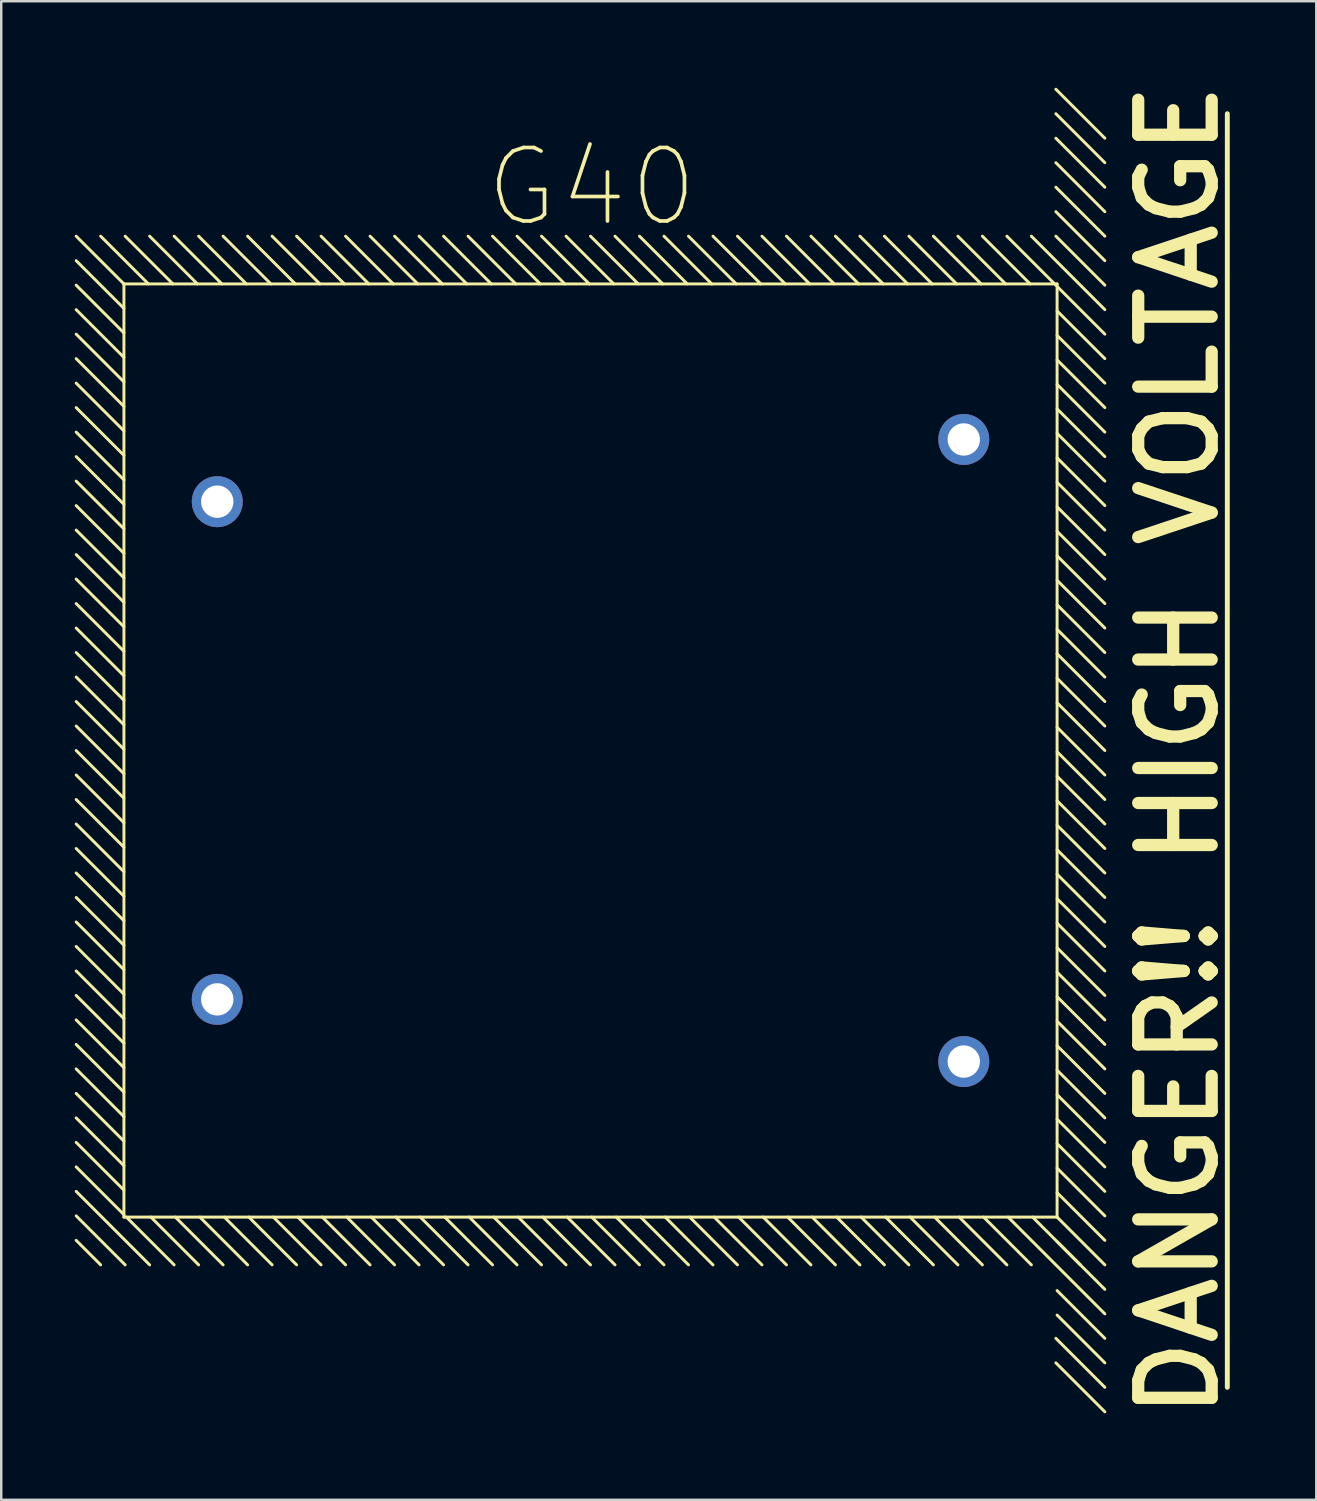
<source format=kicad_pcb>
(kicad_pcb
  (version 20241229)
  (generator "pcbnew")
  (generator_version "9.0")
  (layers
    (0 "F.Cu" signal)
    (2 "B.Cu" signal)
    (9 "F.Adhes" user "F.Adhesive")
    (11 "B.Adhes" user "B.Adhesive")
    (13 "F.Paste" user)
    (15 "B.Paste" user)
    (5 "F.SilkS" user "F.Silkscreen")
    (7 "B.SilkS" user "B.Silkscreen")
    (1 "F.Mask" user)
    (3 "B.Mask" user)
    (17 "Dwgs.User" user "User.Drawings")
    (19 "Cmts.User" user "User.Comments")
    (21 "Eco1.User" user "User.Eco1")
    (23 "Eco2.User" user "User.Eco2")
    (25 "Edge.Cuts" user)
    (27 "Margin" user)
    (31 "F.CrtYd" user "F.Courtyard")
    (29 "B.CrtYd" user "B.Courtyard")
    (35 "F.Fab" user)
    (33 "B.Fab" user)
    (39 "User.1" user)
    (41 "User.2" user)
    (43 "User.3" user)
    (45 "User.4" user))
  (footprint "G40"
    (layer "F.Cu")
    (at 21.06 27.593)
    (property "Reference" "G40" (at 0.05 -23 0) (layer "F.SilkS") (effects (font (size 3 3) (thickness 0.15))))
    (attr through_hole)
    (fp_line (start -21 -21) (end -19.05 -19.05) (stroke (width 0.12) (type solid)) (layer "F.SilkS"))
    (fp_line (start -21 -20) (end -19.05 -18.05) (stroke (width 0.12) (type solid)) (layer "F.SilkS"))
    (fp_line (start -21 -19) (end -19.05 -17.05) (stroke (width 0.12) (type solid)) (layer "F.SilkS"))
    (fp_line (start -21 -18) (end -19.05 -16.05) (stroke (width 0.12) (type solid)) (layer "F.SilkS"))
    (fp_line (start -21 -17) (end -19.05 -15.05) (stroke (width 0.12) (type solid)) (layer "F.SilkS"))
    (fp_line (start -21 -16) (end -19.05 -14.05) (stroke (width 0.12) (type solid)) (layer "F.SilkS"))
    (fp_line (start -21 -15) (end -19.05 -13.05) (stroke (width 0.12) (type solid)) (layer "F.SilkS"))
    (fp_line (start -21 -14) (end -19.05 -12.05) (stroke (width 0.12) (type solid)) (layer "F.SilkS"))
    (fp_line (start -21 -13) (end -19.05 -11.05) (stroke (width 0.12) (type solid)) (layer "F.SilkS"))
    (fp_line (start -21 -12) (end -19.05 -10.05) (stroke (width 0.12) (type solid)) (layer "F.SilkS"))
    (fp_line (start -21 -11) (end -19.05 -9.05) (stroke (width 0.12) (type solid)) (layer "F.SilkS"))
    (fp_line (start -21 -10) (end -19.05 -8.05) (stroke (width 0.12) (type solid)) (layer "F.SilkS"))
    (fp_line (start -21 -9) (end -19.05 -7.05) (stroke (width 0.12) (type solid)) (layer "F.SilkS"))
    (fp_line (start -21 -8) (end -19.05 -6.05) (stroke (width 0.12) (type solid)) (layer "F.SilkS"))
    (fp_line (start -21 -7) (end -19.05 -5.05) (stroke (width 0.12) (type solid)) (layer "F.SilkS"))
    (fp_line (start -21 -6) (end -19.05 -4.05) (stroke (width 0.12) (type solid)) (layer "F.SilkS"))
    (fp_line (start -21 -5) (end -19.05 -3.05) (stroke (width 0.12) (type solid)) (layer "F.SilkS"))
    (fp_line (start -21 -4) (end -19.05 -2.05) (stroke (width 0.12) (type solid)) (layer "F.SilkS"))
    (fp_line (start -21 -3) (end -19.05 -1.05) (stroke (width 0.12) (type solid)) (layer "F.SilkS"))
    (fp_line (start -21 -2) (end -19.05 -0.05) (stroke (width 0.12) (type solid)) (layer "F.SilkS"))
    (fp_line (start -21 -1) (end -19.05 0.95) (stroke (width 0.12) (type solid)) (layer "F.SilkS"))
    (fp_line (start -21 0) (end -19.05 1.95) (stroke (width 0.12) (type solid)) (layer "F.SilkS"))
    (fp_line (start -21 1) (end -19.05 2.95) (stroke (width 0.12) (type solid)) (layer "F.SilkS"))
    (fp_line (start -21 2) (end -19.05 3.95) (stroke (width 0.12) (type solid)) (layer "F.SilkS"))
    (fp_line (start -21 3) (end -19.05 4.95) (stroke (width 0.12) (type solid)) (layer "F.SilkS"))
    (fp_line (start -21 4) (end -19.05 5.95) (stroke (width 0.12) (type solid)) (layer "F.SilkS"))
    (fp_line (start -21 5) (end -19.05 6.95) (stroke (width 0.12) (type solid)) (layer "F.SilkS"))
    (fp_line (start -21 6) (end -19.05 7.95) (stroke (width 0.12) (type solid)) (layer "F.SilkS"))
    (fp_line (start -21 7) (end -19.05 8.95) (stroke (width 0.12) (type solid)) (layer "F.SilkS"))
    (fp_line (start -21 8) (end -19.05 9.95) (stroke (width 0.12) (type solid)) (layer "F.SilkS"))
    (fp_line (start -21 9) (end -19.05 10.95) (stroke (width 0.12) (type solid)) (layer "F.SilkS"))
    (fp_line (start -21 10) (end -19.05 11.95) (stroke (width 0.12) (type solid)) (layer "F.SilkS"))
    (fp_line (start -21 11) (end -19.05 12.95) (stroke (width 0.12) (type solid)) (layer "F.SilkS"))
    (fp_line (start -21 12) (end -19.05 13.95) (stroke (width 0.12) (type solid)) (layer "F.SilkS"))
    (fp_line (start -21 13) (end -19.05 14.95) (stroke (width 0.12) (type solid)) (layer "F.SilkS"))
    (fp_line (start -21 14) (end -19.05 15.95) (stroke (width 0.12) (type solid)) (layer "F.SilkS"))
    (fp_line (start -21 15) (end -19.05 16.95) (stroke (width 0.12) (type solid)) (layer "F.SilkS"))
    (fp_line (start -21 16) (end -19.05 17.95) (stroke (width 0.12) (type solid)) (layer "F.SilkS"))
    (fp_line (start -21 17) (end -19.05 18.95) (stroke (width 0.12) (type solid)) (layer "F.SilkS"))
    (fp_line (start -21 18) (end -18 21) (stroke (width 0.12) (type solid)) (layer "F.SilkS"))
    (fp_line (start -21 19) (end -19 21) (stroke (width 0.12) (type solid)) (layer "F.SilkS"))
    (fp_line (start -21 20) (end -20 21) (stroke (width 0.12) (type solid)) (layer "F.SilkS"))
    (fp_line (start -20 -21) (end -18.05 -19.05) (stroke (width 0.12) (type solid)) (layer "F.SilkS"))
    (fp_line (start -19.05 -19.05) (end 19.05 -19.05) (stroke (width 0.12) (type solid)) (layer "F.SilkS"))
    (fp_line (start -19.05 19.05) (end -19.05 -19.05) (stroke (width 0.12) (type solid)) (layer "F.SilkS"))
    (fp_line (start -19.05 19.05) (end 19.05 19.05) (stroke (width 0.12) (type solid)) (layer "F.SilkS"))
    (fp_line (start -19 -21) (end -17.05 -19.05) (stroke (width 0.12) (type solid)) (layer "F.SilkS"))
    (fp_line (start -18.95 19.05) (end -17 21) (stroke (width 0.12) (type solid)) (layer "F.SilkS"))
    (fp_line (start -18 -21) (end -16.05 -19.05) (stroke (width 0.12) (type solid)) (layer "F.SilkS"))
    (fp_line (start -17.95 19.05) (end -16 21) (stroke (width 0.12) (type solid)) (layer "F.SilkS"))
    (fp_line (start -17 -21) (end -15.05 -19.05) (stroke (width 0.12) (type solid)) (layer "F.SilkS"))
    (fp_line (start -16.95 19.05) (end -15 21) (stroke (width 0.12) (type solid)) (layer "F.SilkS"))
    (fp_line (start -16 -21) (end -14.05 -19.05) (stroke (width 0.12) (type solid)) (layer "F.SilkS"))
    (fp_line (start -15.95 19.05) (end -14 21) (stroke (width 0.12) (type solid)) (layer "F.SilkS"))
    (fp_line (start -15 -21) (end -13.05 -19.05) (stroke (width 0.12) (type solid)) (layer "F.SilkS"))
    (fp_line (start -14.95 19.05) (end -13 21) (stroke (width 0.12) (type solid)) (layer "F.SilkS"))
    (fp_line (start -14 -21) (end -12.05 -19.05) (stroke (width 0.12) (type solid)) (layer "F.SilkS"))
    (fp_line (start -13.95 19.05) (end -12 21) (stroke (width 0.12) (type solid)) (layer "F.SilkS"))
    (fp_line (start -13 -21) (end -11.05 -19.05) (stroke (width 0.12) (type solid)) (layer "F.SilkS"))
    (fp_line (start -12.95 19.05) (end -11 21) (stroke (width 0.12) (type solid)) (layer "F.SilkS"))
    (fp_line (start -12 -21) (end -10.05 -19.05) (stroke (width 0.12) (type solid)) (layer "F.SilkS"))
    (fp_line (start -11.95 19.05) (end -10 21) (stroke (width 0.12) (type solid)) (layer "F.SilkS"))
    (fp_line (start -11 -21) (end -9.05 -19.05) (stroke (width 0.12) (type solid)) (layer "F.SilkS"))
    (fp_line (start -10.95 19.05) (end -9 21) (stroke (width 0.12) (type solid)) (layer "F.SilkS"))
    (fp_line (start -10 -21) (end -8.05 -19.05) (stroke (width 0.12) (type solid)) (layer "F.SilkS"))
    (fp_line (start -9.95 19.05) (end -8 21) (stroke (width 0.12) (type solid)) (layer "F.SilkS"))
    (fp_line (start -9 -21) (end -7.05 -19.05) (stroke (width 0.12) (type solid)) (layer "F.SilkS"))
    (fp_line (start -8.95 19.05) (end -7 21) (stroke (width 0.12) (type solid)) (layer "F.SilkS"))
    (fp_line (start -8 -21) (end -6.05 -19.05) (stroke (width 0.12) (type solid)) (layer "F.SilkS"))
    (fp_line (start -7.95 19.05) (end -6 21) (stroke (width 0.12) (type solid)) (layer "F.SilkS"))
    (fp_line (start -7 -21) (end -5.05 -19.05) (stroke (width 0.12) (type solid)) (layer "F.SilkS"))
    (fp_line (start -6.95 19.05) (end -5 21) (stroke (width 0.12) (type solid)) (layer "F.SilkS"))
    (fp_line (start -6 -21) (end -4.05 -19.05) (stroke (width 0.12) (type solid)) (layer "F.SilkS"))
    (fp_line (start -5.95 19.05) (end -4 21) (stroke (width 0.12) (type solid)) (layer "F.SilkS"))
    (fp_line (start -5 -21) (end -3.05 -19.05) (stroke (width 0.12) (type solid)) (layer "F.SilkS"))
    (fp_line (start -4.95 19.05) (end -3 21) (stroke (width 0.12) (type solid)) (layer "F.SilkS"))
    (fp_line (start -4 -21) (end -2.05 -19.05) (stroke (width 0.12) (type solid)) (layer "F.SilkS"))
    (fp_line (start -3.95 19.05) (end -2 21) (stroke (width 0.12) (type solid)) (layer "F.SilkS"))
    (fp_line (start -3 -21) (end -1.05 -19.05) (stroke (width 0.12) (type solid)) (layer "F.SilkS"))
    (fp_line (start -2.95 19.05) (end -1 21) (stroke (width 0.12) (type solid)) (layer "F.SilkS"))
    (fp_line (start -2 -21) (end -0.05 -19.05) (stroke (width 0.12) (type solid)) (layer "F.SilkS"))
    (fp_line (start -1.95 19.05) (end 0 21) (stroke (width 0.12) (type solid)) (layer "F.SilkS"))
    (fp_line (start -1 -21) (end 0.95 -19.05) (stroke (width 0.12) (type solid)) (layer "F.SilkS"))
    (fp_line (start -0.95 19.05) (end 1 21) (stroke (width 0.12) (type solid)) (layer "F.SilkS"))
    (fp_line (start 0 -21) (end 1.95 -19.05) (stroke (width 0.12) (type solid)) (layer "F.SilkS"))
    (fp_line (start 0.05 19.05) (end 2 21) (stroke (width 0.12) (type solid)) (layer "F.SilkS"))
    (fp_line (start 1 -21) (end 2.95 -19.05) (stroke (width 0.12) (type solid)) (layer "F.SilkS"))
    (fp_line (start 1.05 19.05) (end 3 21) (stroke (width 0.12) (type solid)) (layer "F.SilkS"))
    (fp_line (start 2 -21) (end 3.95 -19.05) (stroke (width 0.12) (type solid)) (layer "F.SilkS"))
    (fp_line (start 2.05 19.05) (end 4 21) (stroke (width 0.12) (type solid)) (layer "F.SilkS"))
    (fp_line (start 3 -21) (end 4.95 -19.05) (stroke (width 0.12) (type solid)) (layer "F.SilkS"))
    (fp_line (start 3.05 19.05) (end 5 21) (stroke (width 0.12) (type solid)) (layer "F.SilkS"))
    (fp_line (start 4 -21) (end 5.95 -19.05) (stroke (width 0.12) (type solid)) (layer "F.SilkS"))
    (fp_line (start 4.05 19.05) (end 6 21) (stroke (width 0.12) (type solid)) (layer "F.SilkS"))
    (fp_line (start 5 -21) (end 6.95 -19.05) (stroke (width 0.12) (type solid)) (layer "F.SilkS"))
    (fp_line (start 5.05 19.05) (end 7 21) (stroke (width 0.12) (type solid)) (layer "F.SilkS"))
    (fp_line (start 6 -21) (end 7.95 -19.05) (stroke (width 0.12) (type solid)) (layer "F.SilkS"))
    (fp_line (start 6.05 19.05) (end 8 21) (stroke (width 0.12) (type solid)) (layer "F.SilkS"))
    (fp_line (start 7 -21) (end 8.95 -19.05) (stroke (width 0.12) (type solid)) (layer "F.SilkS"))
    (fp_line (start 7.05 19.05) (end 9 21) (stroke (width 0.12) (type solid)) (layer "F.SilkS"))
    (fp_line (start 8 -21) (end 9.95 -19.05) (stroke (width 0.12) (type solid)) (layer "F.SilkS"))
    (fp_line (start 8.05 19.05) (end 10 21) (stroke (width 0.12) (type solid)) (layer "F.SilkS"))
    (fp_line (start 9 -21) (end 10.95 -19.05) (stroke (width 0.12) (type solid)) (layer "F.SilkS"))
    (fp_line (start 9.05 19.05) (end 11 21) (stroke (width 0.12) (type solid)) (layer "F.SilkS"))
    (fp_line (start 10 -21) (end 11.95 -19.05) (stroke (width 0.12) (type solid)) (layer "F.SilkS"))
    (fp_line (start 10.05 19.05) (end 12 21) (stroke (width 0.12) (type solid)) (layer "F.SilkS"))
    (fp_line (start 11 -21) (end 12.95 -19.05) (stroke (width 0.12) (type solid)) (layer "F.SilkS"))
    (fp_line (start 11.05 19.05) (end 13 21) (stroke (width 0.12) (type solid)) (layer "F.SilkS"))
    (fp_line (start 12 -21) (end 13.95 -19.05) (stroke (width 0.12) (type solid)) (layer "F.SilkS"))
    (fp_line (start 12.05 19.05) (end 14 21) (stroke (width 0.12) (type solid)) (layer "F.SilkS"))
    (fp_line (start 13 -21) (end 14.95 -19.05) (stroke (width 0.12) (type solid)) (layer "F.SilkS"))
    (fp_line (start 13.05 19.05) (end 15 21) (stroke (width 0.12) (type solid)) (layer "F.SilkS"))
    (fp_line (start 14 -21) (end 15.95 -19.05) (stroke (width 0.12) (type solid)) (layer "F.SilkS"))
    (fp_line (start 14.05 19.05) (end 16 21) (stroke (width 0.12) (type solid)) (layer "F.SilkS"))
    (fp_line (start 15 -21) (end 16.95 -19.05) (stroke (width 0.12) (type solid)) (layer "F.SilkS"))
    (fp_line (start 15.05 19.05) (end 17 21) (stroke (width 0.12) (type solid)) (layer "F.SilkS"))
    (fp_line (start 16 -21) (end 17.95 -19.05) (stroke (width 0.12) (type solid)) (layer "F.SilkS"))
    (fp_line (start 16.05 19.05) (end 18 21) (stroke (width 0.12) (type solid)) (layer "F.SilkS"))
    (fp_line (start 17 -21) (end 21 -17) (stroke (width 0.12) (type solid)) (layer "F.SilkS"))
    (fp_line (start 17.05 19.05) (end 21 23) (stroke (width 0.12) (type solid)) (layer "F.SilkS"))
    (fp_line (start 18 -21) (end 21 -18) (stroke (width 0.12) (type solid)) (layer "F.SilkS"))
    (fp_line (start 18.05 19.05) (end 20 21) (stroke (width 0.12) (type solid)) (layer "F.SilkS"))
    (fp_line (start 19 -27) (end 21 -25) (stroke (width 0.12) (type solid)) (layer "F.SilkS"))
    (fp_line (start 19 -26) (end 21 -24) (stroke (width 0.12) (type solid)) (layer "F.SilkS"))
    (fp_line (start 19 -25) (end 21 -23) (stroke (width 0.12) (type solid)) (layer "F.SilkS"))
    (fp_line (start 19 -24) (end 21 -22) (stroke (width 0.12) (type solid)) (layer "F.SilkS"))
    (fp_line (start 19 -23) (end 21 -21) (stroke (width 0.12) (type solid)) (layer "F.SilkS"))
    (fp_line (start 19 -22) (end 21 -20) (stroke (width 0.12) (type solid)) (layer "F.SilkS"))
    (fp_line (start 19 -21) (end 21 -19) (stroke (width 0.12) (type solid)) (layer "F.SilkS"))
    (fp_line (start 19 24) (end 21 26) (stroke (width 0.12) (type solid)) (layer "F.SilkS"))
    (fp_line (start 19 25) (end 21 27) (stroke (width 0.12) (type solid)) (layer "F.SilkS"))
    (fp_line (start 19.05 -17.95) (end 21 -16) (stroke (width 0.12) (type solid)) (layer "F.SilkS"))
    (fp_line (start 19.05 -16.95) (end 21 -15) (stroke (width 0.12) (type solid)) (layer "F.SilkS"))
    (fp_line (start 19.05 -15.95) (end 21 -14) (stroke (width 0.12) (type solid)) (layer "F.SilkS"))
    (fp_line (start 19.05 -14.95) (end 21 -13) (stroke (width 0.12) (type solid)) (layer "F.SilkS"))
    (fp_line (start 19.05 -13.95) (end 21 -12) (stroke (width 0.12) (type solid)) (layer "F.SilkS"))
    (fp_line (start 19.05 -12.95) (end 21 -11) (stroke (width 0.12) (type solid)) (layer "F.SilkS"))
    (fp_line (start 19.05 -11.95) (end 21 -10) (stroke (width 0.12) (type solid)) (layer "F.SilkS"))
    (fp_line (start 19.05 -10.95) (end 21 -9) (stroke (width 0.12) (type solid)) (layer "F.SilkS"))
    (fp_line (start 19.05 -9.95) (end 21 -8) (stroke (width 0.12) (type solid)) (layer "F.SilkS"))
    (fp_line (start 19.05 -8.95) (end 21 -7) (stroke (width 0.12) (type solid)) (layer "F.SilkS"))
    (fp_line (start 19.05 -7.95) (end 21 -6) (stroke (width 0.12) (type solid)) (layer "F.SilkS"))
    (fp_line (start 19.05 -6.95) (end 21 -5) (stroke (width 0.12) (type solid)) (layer "F.SilkS"))
    (fp_line (start 19.05 -5.95) (end 21 -4) (stroke (width 0.12) (type solid)) (layer "F.SilkS"))
    (fp_line (start 19.05 -4.95) (end 21 -3) (stroke (width 0.12) (type solid)) (layer "F.SilkS"))
    (fp_line (start 19.05 -3.95) (end 21 -2) (stroke (width 0.12) (type solid)) (layer "F.SilkS"))
    (fp_line (start 19.05 -2.95) (end 21 -1) (stroke (width 0.12) (type solid)) (layer "F.SilkS"))
    (fp_line (start 19.05 -1.95) (end 21 0) (stroke (width 0.12) (type solid)) (layer "F.SilkS"))
    (fp_line (start 19.05 -0.95) (end 21 1) (stroke (width 0.12) (type solid)) (layer "F.SilkS"))
    (fp_line (start 19.05 0.05) (end 21 2) (stroke (width 0.12) (type solid)) (layer "F.SilkS"))
    (fp_line (start 19.05 1.05) (end 21 3) (stroke (width 0.12) (type solid)) (layer "F.SilkS"))
    (fp_line (start 19.05 2.05) (end 21 4) (stroke (width 0.12) (type solid)) (layer "F.SilkS"))
    (fp_line (start 19.05 3.05) (end 21 5) (stroke (width 0.12) (type solid)) (layer "F.SilkS"))
    (fp_line (start 19.05 4.05) (end 21 6) (stroke (width 0.12) (type solid)) (layer "F.SilkS"))
    (fp_line (start 19.05 5.05) (end 21 7) (stroke (width 0.12) (type solid)) (layer "F.SilkS"))
    (fp_line (start 19.05 6.05) (end 21 8) (stroke (width 0.12) (type solid)) (layer "F.SilkS"))
    (fp_line (start 19.05 7.05) (end 21 9) (stroke (width 0.12) (type solid)) (layer "F.SilkS"))
    (fp_line (start 19.05 8.05) (end 21 10) (stroke (width 0.12) (type solid)) (layer "F.SilkS"))
    (fp_line (start 19.05 9.05) (end 21 11) (stroke (width 0.12) (type solid)) (layer "F.SilkS"))
    (fp_line (start 19.05 10.05) (end 21 12) (stroke (width 0.12) (type solid)) (layer "F.SilkS"))
    (fp_line (start 19.05 11.05) (end 21 13) (stroke (width 0.12) (type solid)) (layer "F.SilkS"))
    (fp_line (start 19.05 12.05) (end 21 14) (stroke (width 0.12) (type solid)) (layer "F.SilkS"))
    (fp_line (start 19.05 13.05) (end 21 15) (stroke (width 0.12) (type solid)) (layer "F.SilkS"))
    (fp_line (start 19.05 14.05) (end 21 16) (stroke (width 0.12) (type solid)) (layer "F.SilkS"))
    (fp_line (start 19.05 15.05) (end 21 17) (stroke (width 0.12) (type solid)) (layer "F.SilkS"))
    (fp_line (start 19.05 16.05) (end 21 18) (stroke (width 0.12) (type solid)) (layer "F.SilkS"))
    (fp_line (start 19.05 17.05) (end 21 19) (stroke (width 0.12) (type solid)) (layer "F.SilkS"))
    (fp_line (start 19.05 18.05) (end 21 20) (stroke (width 0.12) (type solid)) (layer "F.SilkS"))
    (fp_line (start 19.05 19.05) (end 19.05 -19.05) (stroke (width 0.12) (type solid)) (layer "F.SilkS"))
    (fp_line (start 19.05 19.05) (end 21 21) (stroke (width 0.12) (type solid)) (layer "F.SilkS"))
    (fp_line (start 19.05 20.05) (end 21 22) (stroke (width 0.12) (type solid)) (layer "F.SilkS"))
    (fp_line (start 19.05 22.05) (end 21 24) (stroke (width 0.12) (type solid)) (layer "F.SilkS"))
    (fp_line (start 19.05 23.05) (end 21 25) (stroke (width 0.12) (type solid)) (layer "F.SilkS"))
    (fp_line (start 26 -26) (end 26 26) (stroke (width 0.2) (type solid)) (layer "F.SilkS"))
    (fp_text user "DANGER!! HIGH VOLTAGE" (at 24 0 90) (layer "F.SilkS") (effects (font (size 3 3) (thickness 0.5))))
    (pad "1" thru_hole circle (at -15.24 10.16) (size 2.08 2.08) (drill 1.32) (layers "*.Cu" "*.Mask"))
    (pad "2" thru_hole circle (at -15.24 -10.16) (size 2.08 2.08) (drill 1.32) (layers "*.Cu" "*.Mask"))
    (pad "3" thru_hole circle (at 15.24 12.7) (size 2.08 2.08) (drill 1.32) (layers "*.Cu" "*.Mask"))
    (pad "4" thru_hole circle (at 15.24 -12.7) (size 2.08 2.08) (drill 1.32) (layers "*.Cu" "*.Mask")))
  (gr_rect
    (start -3 -3)
    (end 50.693 58.186)
    (stroke (width 0.1) (type default))
    (fill no)
    (layer "Edge.Cuts")))
</source>
